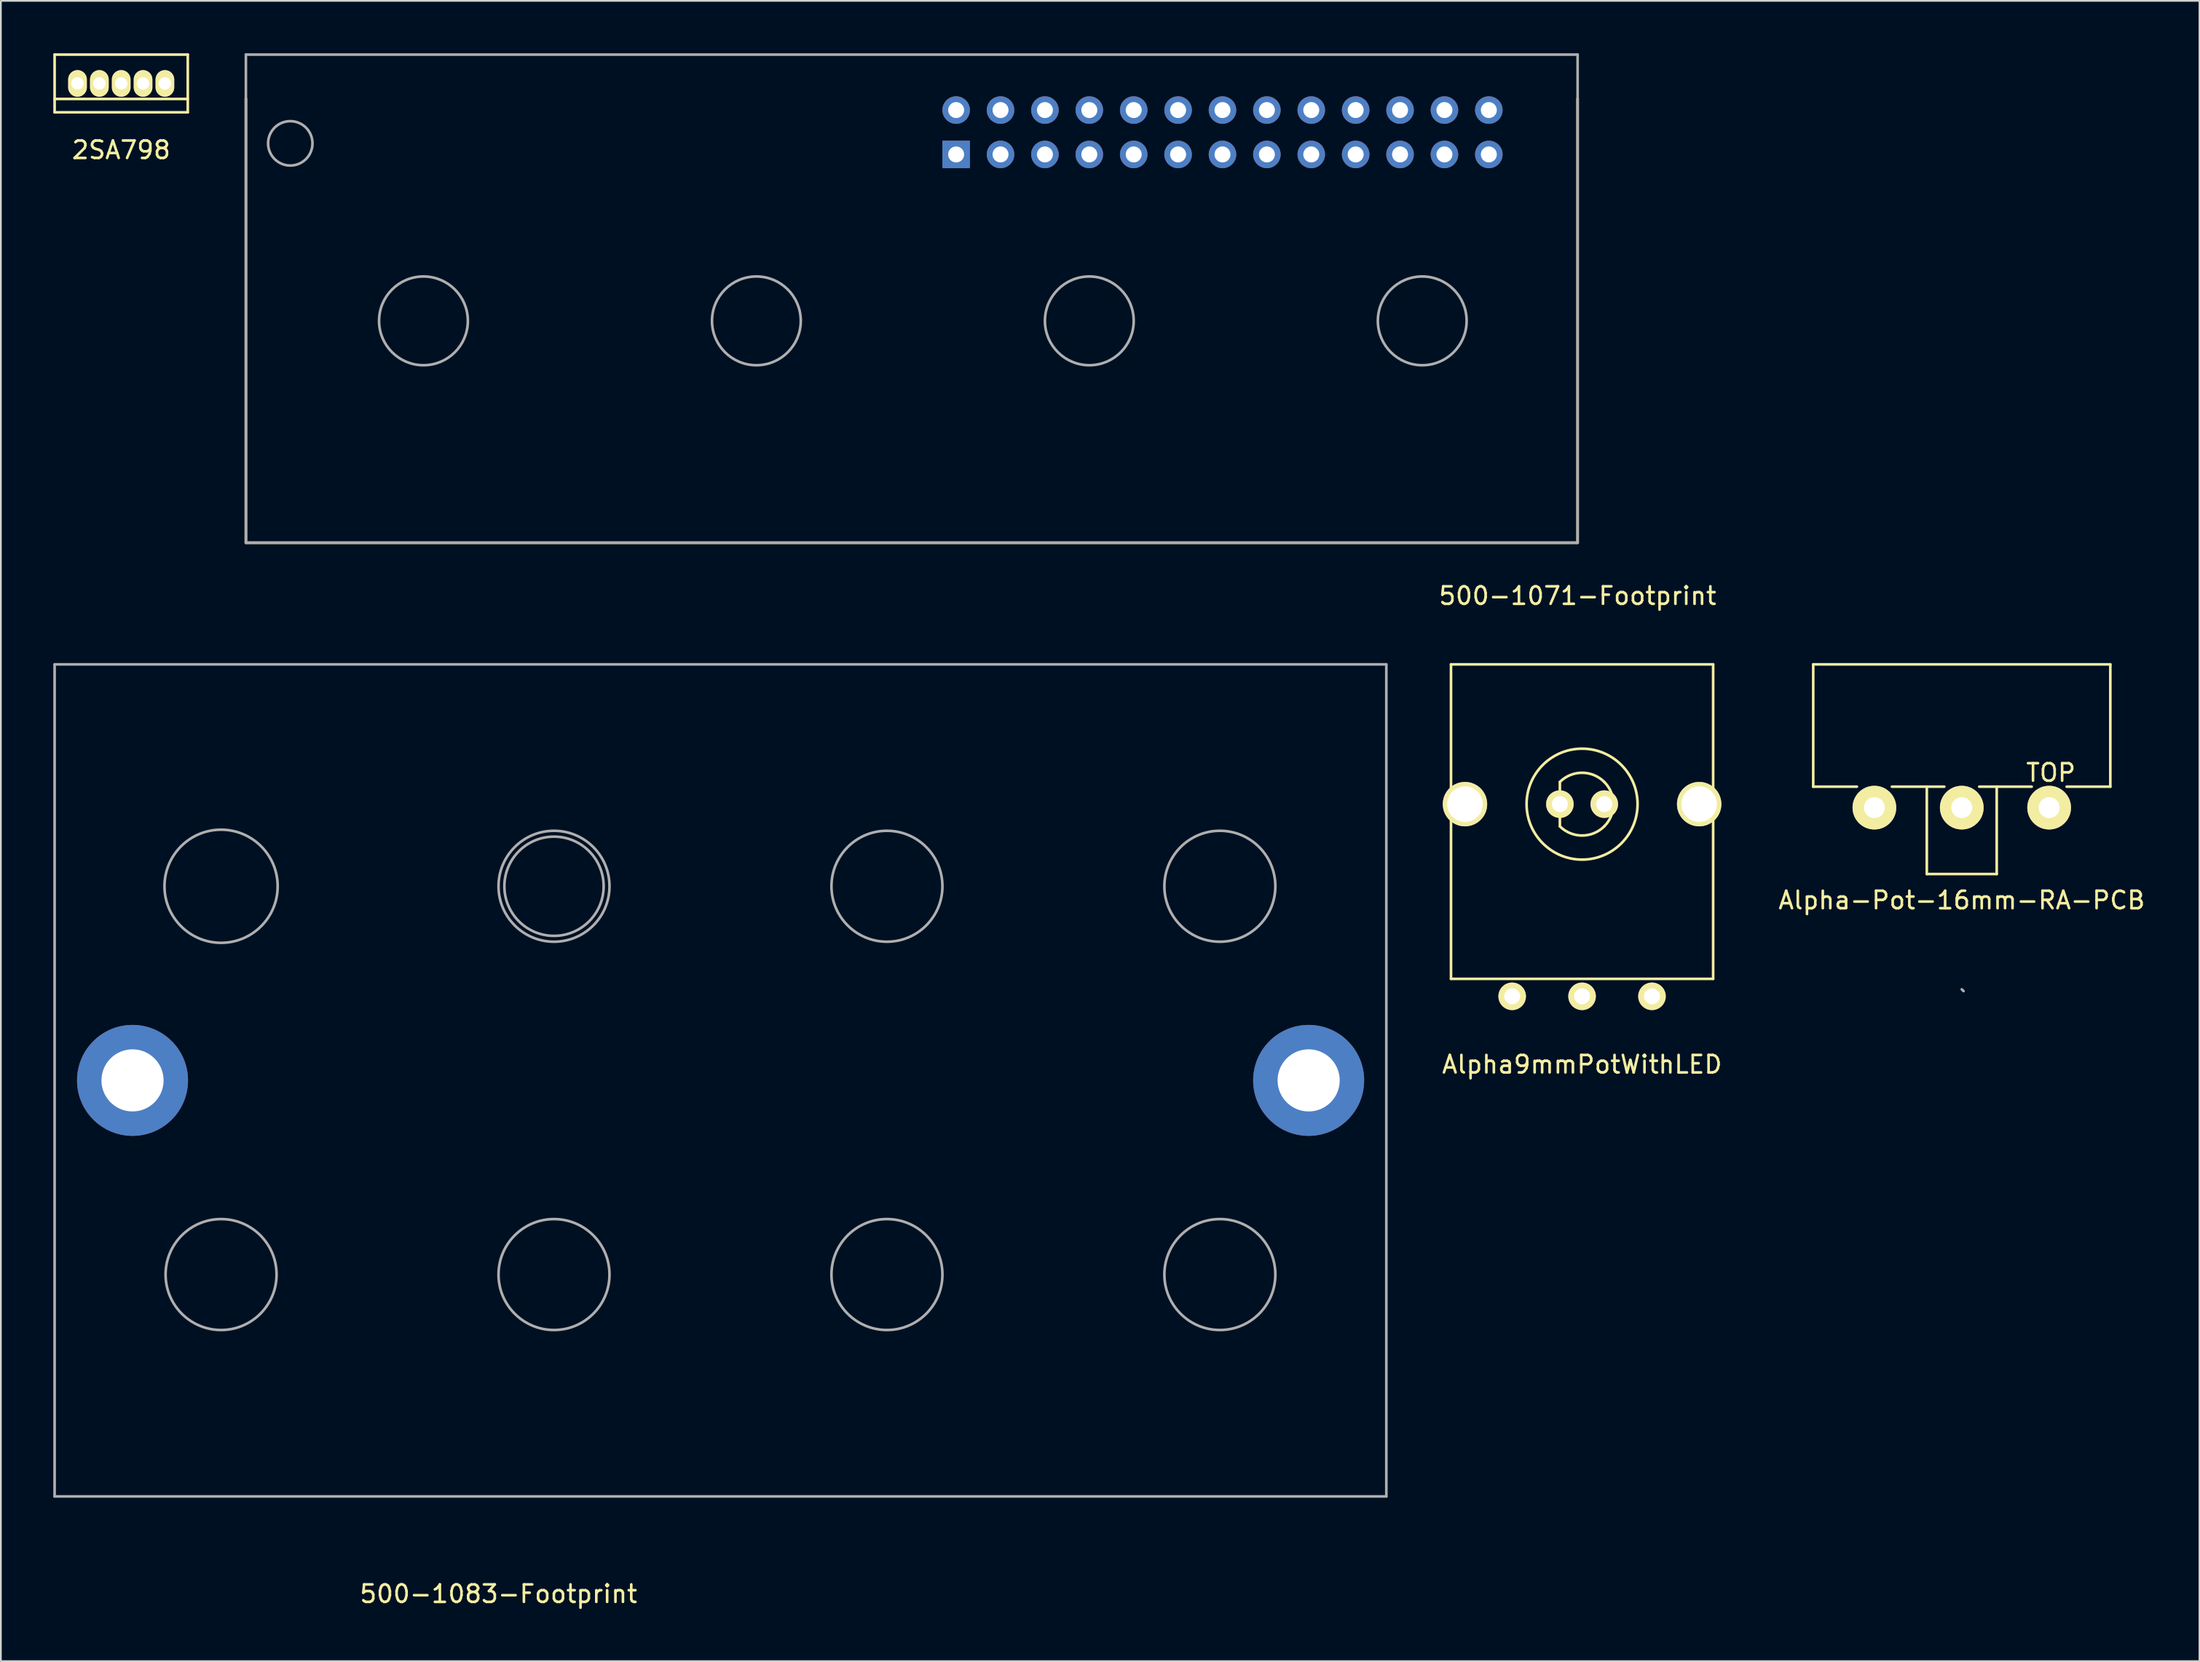
<source format=kicad_pcb>
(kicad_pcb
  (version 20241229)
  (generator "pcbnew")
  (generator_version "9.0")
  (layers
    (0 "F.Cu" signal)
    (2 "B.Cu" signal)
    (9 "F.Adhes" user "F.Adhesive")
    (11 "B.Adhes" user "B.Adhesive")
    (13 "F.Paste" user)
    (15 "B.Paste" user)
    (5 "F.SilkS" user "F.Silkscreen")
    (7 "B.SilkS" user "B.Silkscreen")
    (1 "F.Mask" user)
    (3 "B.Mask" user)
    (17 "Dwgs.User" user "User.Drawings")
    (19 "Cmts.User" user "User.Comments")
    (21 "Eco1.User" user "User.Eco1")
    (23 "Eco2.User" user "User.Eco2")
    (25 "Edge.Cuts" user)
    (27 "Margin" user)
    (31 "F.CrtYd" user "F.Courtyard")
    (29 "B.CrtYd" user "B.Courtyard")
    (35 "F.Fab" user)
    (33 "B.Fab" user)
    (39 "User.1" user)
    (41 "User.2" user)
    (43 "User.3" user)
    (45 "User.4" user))
  (footprint "2SA798"
    (layer "F.Cu")
    (at 3.885 1.726)
    (property "Reference" "2SA798" (at 0 3.81 0) (layer "F.SilkS") (effects (font (size 1 1) (thickness 0.15))))
    (attr through_hole)
    (fp_line (start -3.81 -1.651) (end 3.81 -1.651) (stroke (width 0.15) (type solid)) (layer "F.SilkS"))
    (fp_line (start -3.81 0.889) (end 3.81 0.889) (stroke (width 0.15) (type solid)) (layer "F.SilkS"))
    (fp_line (start -3.81 1.651) (end -3.81 -1.651) (stroke (width 0.15) (type solid)) (layer "F.SilkS"))
    (fp_line (start 3.81 -1.651) (end 3.81 1.651) (stroke (width 0.15) (type solid)) (layer "F.SilkS"))
    (fp_line (start 3.81 1.651) (end -3.81 1.651) (stroke (width 0.15) (type solid)) (layer "F.SilkS"))
    (pad "1" thru_hole oval (at -2.5 0) (size 1.067 1.524) (drill 0.711) (layers "*.Cu" "*.Mask" "F.SilkS"))
    (pad "2" thru_hole oval (at -1.25 0) (size 1.067 1.524) (drill 0.711) (layers "*.Cu" "*.Mask" "F.SilkS"))
    (pad "3" thru_hole oval (at 0 0) (size 1.067 1.524) (drill 0.711) (layers "*.Cu" "*.Mask" "F.SilkS"))
    (pad "4" thru_hole oval (at 1.25 0) (size 1.067 1.524) (drill 0.711) (layers "*.Cu" "*.Mask" "F.SilkS"))
    (pad "5" thru_hole oval (at 2.5 0) (size 1.067 1.524) (drill 0.711) (layers "*.Cu" "*.Mask" "F.SilkS")))
  (footprint "Alpha9mmPotWithLED"
    (layer "F.Cu")
    (at 87.475 42.978)
    (property "Reference" "Alpha9mmPotWithLED" (at 0 14.9 0) (layer "F.SilkS") (effects (font (size 1 1) (thickness 0.15))))
    (attr through_hole)
    (fp_line (start -7.5 -8) (end -7.5 10) (stroke (width 0.15) (type solid)) (layer "F.SilkS"))
    (fp_line (start -7.5 10) (end 7.5 10) (stroke (width 0.15) (type solid)) (layer "F.SilkS"))
    (fp_line (start -1.27 -1.27) (end -1.27 1.27) (stroke (width 0.15) (type solid)) (layer "F.SilkS"))
    (fp_line (start 7.5 -8) (end -7.5 -8) (stroke (width 0.15) (type solid)) (layer "F.SilkS"))
    (fp_line (start 7.5 10) (end 7.5 -8) (stroke (width 0.15) (type solid)) (layer "F.SilkS"))
    (fp_arc (start -1.27 -1.27) (mid 0 -1.796051) (end 1.27 -1.27) (stroke (width 0.15) (type solid)) (layer "F.SilkS"))
    (fp_arc (start 1.27 -1.27) (mid 1.796051 0) (end 1.27 1.27) (stroke (width 0.15) (type solid)) (layer "F.SilkS"))
    (fp_arc (start 1.27 1.27) (mid 0 1.796051) (end -1.27 1.27) (stroke (width 0.15) (type solid)) (layer "F.SilkS"))
    (fp_circle (center 0 0) (end 3.175 0) (stroke (width 0.15) (type solid)) (fill no) (layer "F.SilkS"))
    (pad "" thru_hole circle (at -6.7 0) (size 2.54 2.54) (drill 2.032) (layers "*.Cu" "*.Mask" "F.SilkS"))
    (pad "" thru_hole circle (at 6.7 0) (size 2.54 2.54) (drill 2.032) (layers "*.Cu" "*.Mask" "F.SilkS"))
    (pad "1" thru_hole circle (at -4 11) (size 1.575 1.575) (drill 0.914) (layers "*.Cu" "*.Mask" "F.SilkS"))
    (pad "2" thru_hole circle (at 0 11) (size 1.575 1.575) (drill 0.914) (layers "*.Cu" "*.Mask" "F.SilkS"))
    (pad "3" thru_hole circle (at 4 11) (size 1.575 1.575) (drill 0.914) (layers "*.Cu" "*.Mask" "F.SilkS"))
    (pad "4" thru_hole circle (at -1.27 0) (size 1.575 1.575) (drill 0.914) (layers "*.Cu" "*.Mask" "F.SilkS"))
    (pad "5" thru_hole circle (at 1.27 0) (size 1.575 1.575) (drill 0.914) (layers "*.Cu" "*.Mask" "F.SilkS")))
  (footprint "500-1071-Footprint"
    (layer "F.Cu")
    (at 11.02 28.015)
    (property "Reference" "500-1071-Footprint" (at 76.2 3.04 0) (layer "F.SilkS") (effects (font (size 1 1) (thickness 0.15))))
    (attr through_hole)
    (fp_line (start 0 -25.4) (end 0 0) (stroke (width 0.15) (type solid)) (layer "F.SilkS"))
    (fp_line (start 0 0) (end 76.2 0) (stroke (width 0.15) (type solid)) (layer "F.SilkS"))
    (fp_line (start 76.2 0) (end 76.2 -25.4) (stroke (width 0.15) (type solid)) (layer "F.SilkS"))
    (fp_line (start 0 -25.4) (end 0 -27.94) (stroke (width 0.15) (type solid)) (layer "F.Fab"))
    (fp_line (start 0 -25.4) (end 0 0) (stroke (width 0.15) (type solid)) (layer "F.Fab"))
    (fp_line (start 0 0) (end 76.2 0) (stroke (width 0.15) (type solid)) (layer "F.Fab"))
    (fp_line (start 76.2 -27.94) (end 0 -27.94) (stroke (width 0.15) (type solid)) (layer "F.Fab"))
    (fp_line (start 76.2 -25.4) (end 76.2 -27.94) (stroke (width 0.15) (type solid)) (layer "F.Fab"))
    (fp_line (start 76.2 0) (end 76.2 -25.4) (stroke (width 0.15) (type solid)) (layer "F.Fab"))
    (fp_circle (center 2.54 -22.86) (end 3.81 -22.86) (stroke (width 0.15) (type solid)) (fill no) (layer "F.Fab"))
    (fp_circle (center 10.16 -12.7) (end 12.7 -12.7) (stroke (width 0.15) (type solid)) (fill no) (layer "F.Fab"))
    (fp_circle (center 29.21 -12.7) (end 26.67 -12.7) (stroke (width 0.15) (type solid)) (fill no) (layer "F.Fab"))
    (fp_circle (center 48.26 -12.7) (end 45.72 -12.7) (stroke (width 0.15) (type solid)) (fill no) (layer "F.Fab"))
    (fp_circle (center 67.31 -12.7) (end 64.77 -12.7) (stroke (width 0.15) (type solid)) (fill no) (layer "F.Fab"))
    (pad "1" thru_hole rect (at 40.64 -22.225) (size 1.575 1.575) (drill 0.914) (layers "*.Cu" "*.Mask"))
    (pad "2" thru_hole circle (at 40.64 -24.765) (size 1.575 1.575) (drill 0.914) (layers "*.Cu" "*.Mask"))
    (pad "3" thru_hole circle (at 43.18 -22.225) (size 1.575 1.575) (drill 0.914) (layers "*.Cu" "*.Mask"))
    (pad "4" thru_hole circle (at 43.18 -24.765) (size 1.575 1.575) (drill 0.914) (layers "*.Cu" "*.Mask"))
    (pad "5" thru_hole circle (at 45.72 -22.225) (size 1.575 1.575) (drill 0.914) (layers "*.Cu" "*.Mask"))
    (pad "6" thru_hole circle (at 45.72 -24.765) (size 1.575 1.575) (drill 0.914) (layers "*.Cu" "*.Mask"))
    (pad "7" thru_hole circle (at 48.26 -22.225) (size 1.575 1.575) (drill 0.914) (layers "*.Cu" "*.Mask"))
    (pad "8" thru_hole circle (at 48.26 -24.765) (size 1.575 1.575) (drill 0.914) (layers "*.Cu" "*.Mask"))
    (pad "9" thru_hole circle (at 50.8 -22.225) (size 1.575 1.575) (drill 0.914) (layers "*.Cu" "*.Mask"))
    (pad "10" thru_hole circle (at 50.8 -24.765) (size 1.575 1.575) (drill 0.914) (layers "*.Cu" "*.Mask"))
    (pad "11" thru_hole circle (at 53.34 -22.225) (size 1.575 1.575) (drill 0.914) (layers "*.Cu" "*.Mask"))
    (pad "12" thru_hole circle (at 53.34 -24.765) (size 1.575 1.575) (drill 0.914) (layers "*.Cu" "*.Mask"))
    (pad "13" thru_hole circle (at 55.88 -22.225) (size 1.575 1.575) (drill 0.914) (layers "*.Cu" "*.Mask"))
    (pad "14" thru_hole circle (at 55.88 -24.765) (size 1.575 1.575) (drill 0.914) (layers "*.Cu" "*.Mask"))
    (pad "15" thru_hole circle (at 58.42 -22.225) (size 1.575 1.575) (drill 0.914) (layers "*.Cu" "*.Mask"))
    (pad "16" thru_hole circle (at 58.42 -24.765) (size 1.575 1.575) (drill 0.914) (layers "*.Cu" "*.Mask"))
    (pad "17" thru_hole circle (at 60.96 -22.225) (size 1.575 1.575) (drill 0.914) (layers "*.Cu" "*.Mask"))
    (pad "18" thru_hole circle (at 60.96 -24.765) (size 1.575 1.575) (drill 0.914) (layers "*.Cu" "*.Mask"))
    (pad "19" thru_hole circle (at 63.5 -22.225) (size 1.575 1.575) (drill 0.914) (layers "*.Cu" "*.Mask"))
    (pad "20" thru_hole circle (at 63.5 -24.765) (size 1.575 1.575) (drill 0.914) (layers "*.Cu" "*.Mask"))
    (pad "21" thru_hole circle (at 66.04 -22.225) (size 1.575 1.575) (drill 0.914) (layers "*.Cu" "*.Mask"))
    (pad "22" thru_hole circle (at 66.04 -24.765) (size 1.575 1.575) (drill 0.914) (layers "*.Cu" "*.Mask"))
    (pad "23" thru_hole circle (at 68.58 -22.225) (size 1.575 1.575) (drill 0.914) (layers "*.Cu" "*.Mask"))
    (pad "24" thru_hole circle (at 68.58 -24.765) (size 1.575 1.575) (drill 0.914) (layers "*.Cu" "*.Mask"))
    (pad "25" thru_hole circle (at 71.12 -22.225) (size 1.575 1.575) (drill 0.914) (layers "*.Cu" "*.Mask"))
    (pad "26" thru_hole circle (at 71.12 -24.765) (size 1.575 1.575) (drill 0.914) (layers "*.Cu" "*.Mask")))
  (footprint "Alpha-Pot-16mm-RA-PCB"
    (layer "F.Cu")
    (at 109.201 46.978)
    (property "Reference" "Alpha-Pot-16mm-RA-PCB" (at 0 1.5 0) (layer "F.SilkS") (effects (font (size 1 1) (thickness 0.15))))
    (attr through_hole)
    (fp_line (start -8.5 -12) (end -8.5 -5) (stroke (width 0.15) (type solid)) (layer "F.SilkS"))
    (fp_line (start -8.5 -5) (end -6 -5) (stroke (width 0.15) (type solid)) (layer "F.SilkS"))
    (fp_line (start -2 0) (end -2 -5) (stroke (width 0.15) (type solid)) (layer "F.SilkS"))
    (fp_line (start -2 0) (end 2 0) (stroke (width 0.15) (type solid)) (layer "F.SilkS"))
    (fp_line (start -1 -5) (end -4 -5) (stroke (width 0.15) (type solid)) (layer "F.SilkS"))
    (fp_line (start 2 0) (end 2 -5) (stroke (width 0.15) (type solid)) (layer "F.SilkS"))
    (fp_line (start 4 -5) (end 1 -5) (stroke (width 0.15) (type solid)) (layer "F.SilkS"))
    (fp_line (start 8.5 -12) (end -8.5 -12) (stroke (width 0.15) (type solid)) (layer "F.SilkS"))
    (fp_line (start 8.5 -5) (end 6 -5) (stroke (width 0.15) (type solid)) (layer "F.SilkS"))
    (fp_line (start 8.5 -5) (end 8.5 -12) (stroke (width 0.15) (type solid)) (layer "F.SilkS"))
    (fp_line (start 0.1 6.7) (end 0 6.6) (stroke (width 0.15) (type solid)) (layer "F.Fab"))
    (fp_text user "TOP" (at 5.1 -5.8 0) (layer "F.SilkS") (effects (font (size 1 1) (thickness 0.15))))
    (pad "1" thru_hole circle (at 5 -3.8) (size 2.5 2.5) (drill 1.2) (layers "*.Cu" "*.Mask" "F.SilkS"))
    (pad "2" thru_hole circle (at 0 -3.8) (size 2.5 2.5) (drill 1.2) (layers "*.Cu" "*.Mask" "F.SilkS"))
    (pad "3" thru_hole circle (at -5 -3.8) (size 2.5 2.5) (drill 1.2) (layers "*.Cu" "*.Mask" "F.SilkS")))
  (footprint "500-1083-Footprint"
    (layer "F.Cu")
    (at 9.6 69.903)
    (property "Reference" "500-1083-Footprint" (at 15.875 18.28 0) (layer "F.SilkS") (effects (font (size 1 1) (thickness 0.15))))
    (attr through_hole)
    (fp_line (start -9.525 -34.925) (end 66.675 -34.925) (stroke (width 0.15) (type solid)) (layer "F.Fab"))
    (fp_line (start -9.525 12.7) (end -9.525 -34.925) (stroke (width 0.15) (type solid)) (layer "F.Fab"))
    (fp_line (start -9.525 12.7) (end 66.675 12.7) (stroke (width 0.15) (type solid)) (layer "F.Fab"))
    (fp_line (start 66.675 -34.925) (end 66.675 12.7) (stroke (width 0.15) (type solid)) (layer "F.Fab"))
    (fp_circle (center 0 -22.225) (end 3.175 -21.59) (stroke (width 0.15) (type solid)) (fill no) (layer "F.Fab"))
    (fp_circle (center 0 0) (end 3.175 0) (stroke (width 0.15) (type solid)) (fill no) (layer "F.Fab"))
    (fp_circle (center 19.05 -22.225) (end 21.59 -20.955) (stroke (width 0.15) (type solid)) (fill no) (layer "F.Fab"))
    (fp_circle (center 19.05 -22.225) (end 22.225 -22.225) (stroke (width 0.15) (type solid)) (fill no) (layer "F.Fab"))
    (fp_circle (center 19.05 0) (end 22.225 0) (stroke (width 0.15) (type solid)) (fill no) (layer "F.Fab"))
    (fp_circle (center 38.1 -22.225) (end 34.925 -22.225) (stroke (width 0.15) (type solid)) (fill no) (layer "F.Fab"))
    (fp_circle (center 38.1 0) (end 41.275 0) (stroke (width 0.15) (type solid)) (fill no) (layer "F.Fab"))
    (fp_circle (center 57.15 -22.225) (end 53.975 -22.225) (stroke (width 0.15) (type solid)) (fill no) (layer "F.Fab"))
    (fp_circle (center 57.15 0) (end 60.325 0) (stroke (width 0.15) (type solid)) (fill no) (layer "F.Fab"))
    (pad "1" thru_hole circle (at -5.067 -11.113) (size 6.35 6.35) (drill 3.556) (layers "*.Cu" "*.Mask"))
    (pad "1" thru_hole circle (at 62.23 -11.113) (size 6.35 6.35) (drill 3.556) (layers "*.Cu" "*.Mask")))
  (gr_rect
    (start -3 -3)
    (end 122.802 92.031)
    (stroke (width 0.1) (type default))
    (fill no)
    (layer "Edge.Cuts")))
</source>
